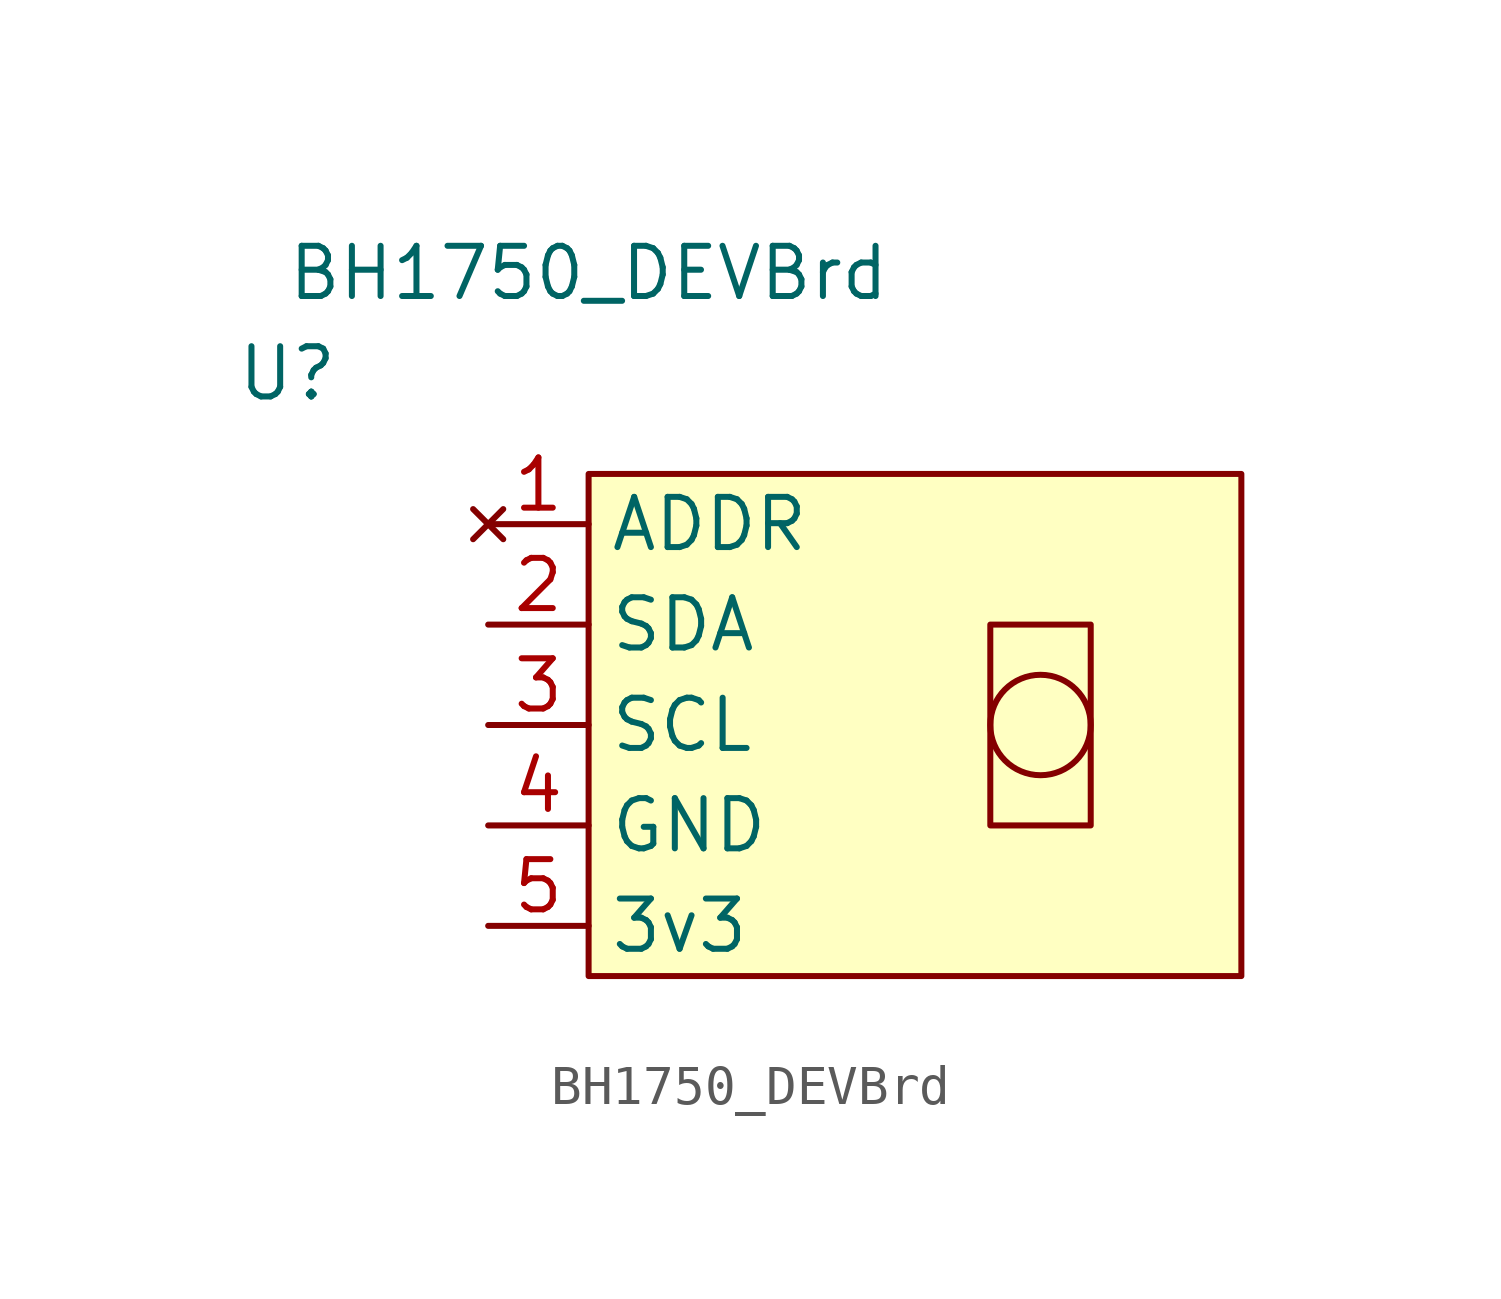
<source format=kicad_sym>
(kicad_symbol_lib
  (version 20211014)
  (generator kicad_symbol_editor)
  (symbol "BH1750_DEVBrd"
    (property "Reference" "U"
      (at -7.62 2.54 0)
      (effects (font (size 1.27 1.27))))
    (property "Value" "BH1750_DEVBrd"
      (at 0 5.08 0)
      (effects (font (size 1.27 1.27))))
    (symbol "BH1750_DEVBrd_0_1"
      (rectangle (start 0 0) (end 16.51 -12.7) (stroke (width 0.152) (type default) (color 0 0 0 0)) (fill (type background)))
      (rectangle (start 10.16 -3.81) (end 12.7 -8.89) (stroke (width 0.152) (type default) (color 0 0 0 0)) (fill (type none)))
      (circle (center 11.43 -6.35) (radius 1.27) (stroke (width 0.152) (type default) (color 0 0 0 0)) (fill (type none))))
    (symbol "BH1750_DEVBrd_1_1"
      (pin no_connect line (at -2.54 -1.27 0) (length 2.54) (name "ADDR" (effects (font (size 1.27 1.27)))) (number "1" (effects (font (size 1.27 1.27)))))
      (pin input line (at -2.54 -3.81 0) (length 2.54) (name "SDA" (effects (font (size 1.27 1.27)))) (number "2" (effects (font (size 1.27 1.27)))))
      (pin input line (at -2.54 -6.35 0) (length 2.54) (name "SCL" (effects (font (size 1.27 1.27)))) (number "3" (effects (font (size 1.27 1.27)))))
      (pin input line (at -2.54 -8.89 0) (length 2.54) (name "GND" (effects (font (size 1.27 1.27)))) (number "4" (effects (font (size 1.27 1.27)))))
      (pin input line (at -2.54 -11.43 0) (length 2.54) (name "3v3" (effects (font (size 1.27 1.27)))) (number "5" (effects (font (size 1.27 1.27))))))))
</source>
